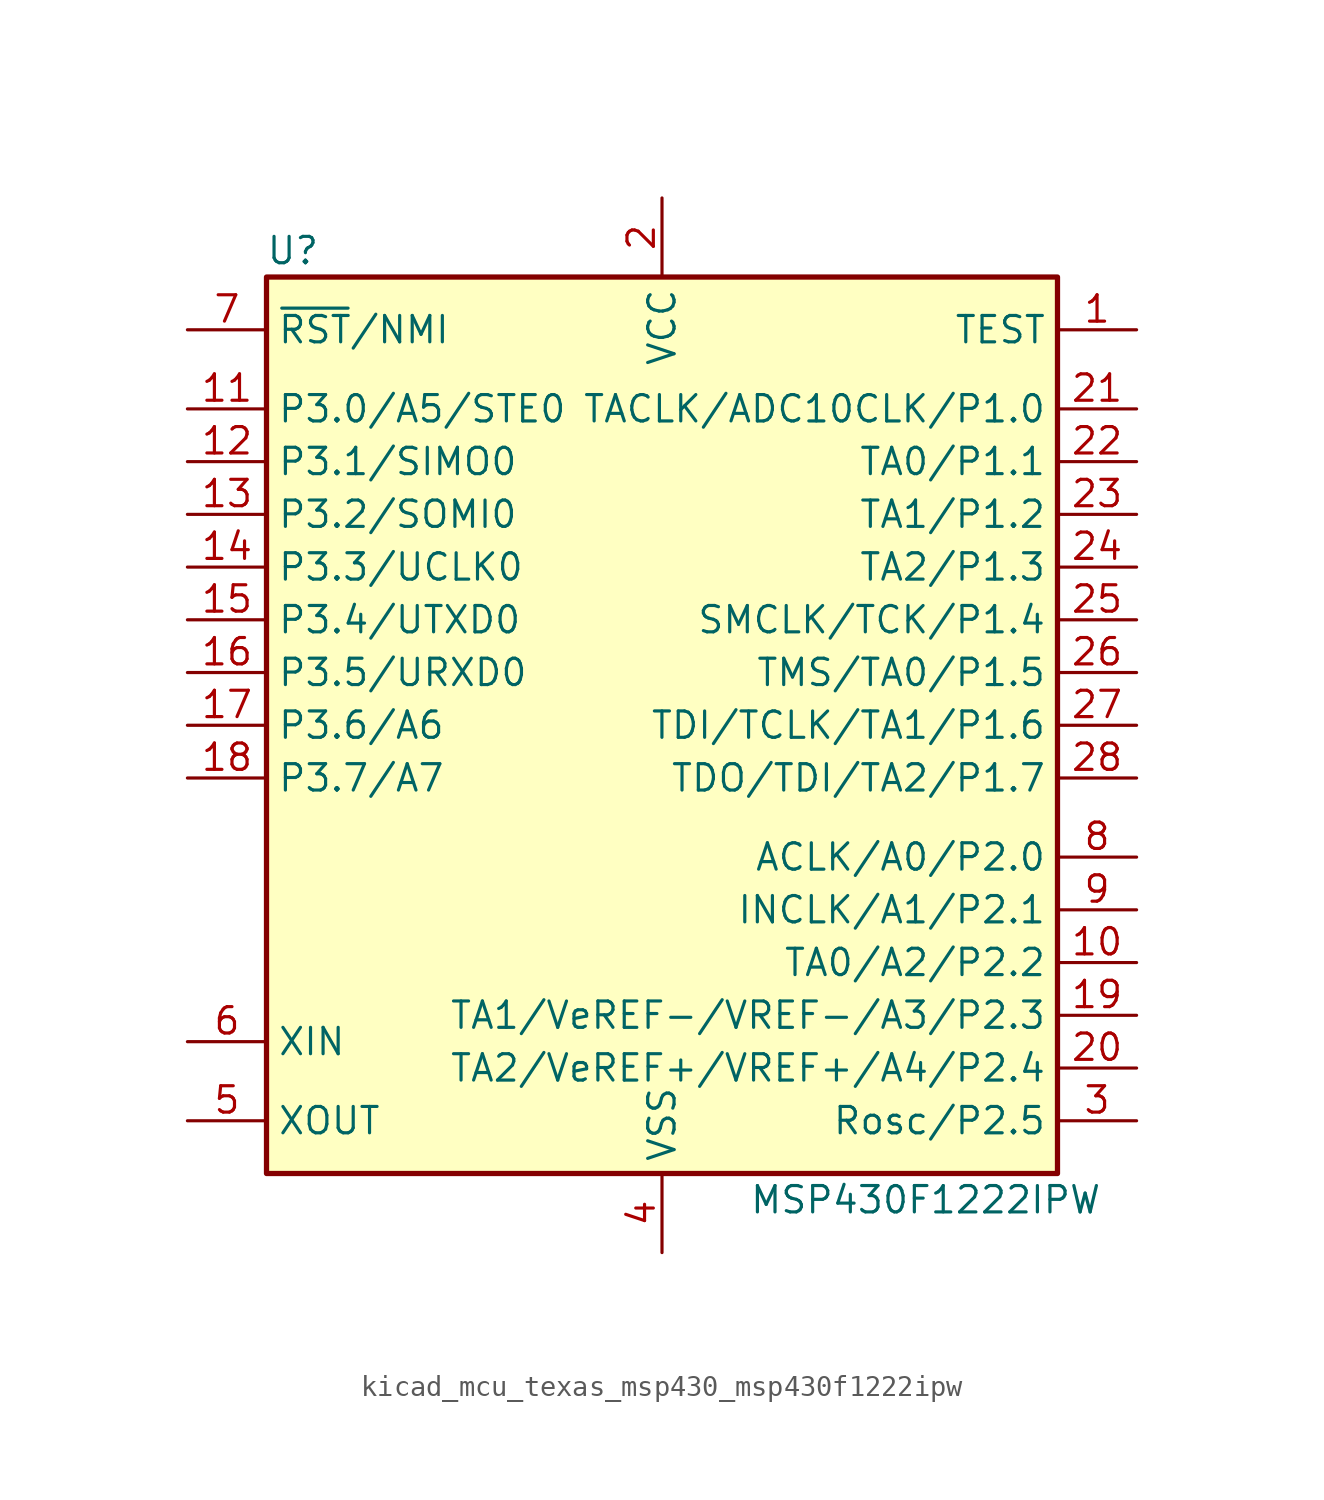
<source format=kicad_sym>
(kicad_symbol_lib
  (version 20220914)
  (generator kicad_symbol_editor)
  (symbol "kicad_mcu_texas_msp430_msp430f1222ipw"
    (property "Reference" "U"
      (at -17.78 22.86 0)
      (effects (font (size 1.27 1.27))))
    (property "Value" "MSP430F1222IPW"
      (at 12.7 -22.86 0)
      (effects (font (size 1.27 1.27))))
    (symbol "kicad_mcu_texas_msp430_msp430f1222ipw_0_1"
      (rectangle (start -19.05 21.59) (end 19.05 -21.59) (stroke (width 0.254) (type default)) (fill (type background))))
    (symbol "kicad_mcu_texas_msp430_msp430f1222ipw_1_1"
      (pin input line (at 22.86 19.05 180) (length 3.81) (name "TEST" (effects (font (size 1.27 1.27)))) (number "1" (effects (font (size 1.27 1.27)))))
      (pin bidirectional line (at 22.86 -11.43 180) (length 3.81) (name "TA0/A2/P2.2" (effects (font (size 1.27 1.27)))) (number "10" (effects (font (size 1.27 1.27)))))
      (pin bidirectional line (at -22.86 15.24 0) (length 3.81) (name "P3.0/A5/STE0" (effects (font (size 1.27 1.27)))) (number "11" (effects (font (size 1.27 1.27)))))
      (pin bidirectional line (at -22.86 12.7 0) (length 3.81) (name "P3.1/SIMO0" (effects (font (size 1.27 1.27)))) (number "12" (effects (font (size 1.27 1.27)))))
      (pin bidirectional line (at -22.86 10.16 0) (length 3.81) (name "P3.2/SOMI0" (effects (font (size 1.27 1.27)))) (number "13" (effects (font (size 1.27 1.27)))))
      (pin bidirectional line (at -22.86 7.62 0) (length 3.81) (name "P3.3/UCLK0" (effects (font (size 1.27 1.27)))) (number "14" (effects (font (size 1.27 1.27)))))
      (pin bidirectional line (at -22.86 5.08 0) (length 3.81) (name "P3.4/UTXD0" (effects (font (size 1.27 1.27)))) (number "15" (effects (font (size 1.27 1.27)))))
      (pin bidirectional line (at -22.86 2.54 0) (length 3.81) (name "P3.5/URXD0" (effects (font (size 1.27 1.27)))) (number "16" (effects (font (size 1.27 1.27)))))
      (pin bidirectional line (at -22.86 0 0) (length 3.81) (name "P3.6/A6" (effects (font (size 1.27 1.27)))) (number "17" (effects (font (size 1.27 1.27)))))
      (pin bidirectional line (at -22.86 -2.54 0) (length 3.81) (name "P3.7/A7" (effects (font (size 1.27 1.27)))) (number "18" (effects (font (size 1.27 1.27)))))
      (pin bidirectional line (at 22.86 -13.97 180) (length 3.81) (name "TA1/VeREF-/VREF-/A3/P2.3" (effects (font (size 1.27 1.27)))) (number "19" (effects (font (size 1.27 1.27)))))
      (pin power_in line (at 0 25.4 270) (length 3.81) (name "VCC" (effects (font (size 1.27 1.27)))) (number "2" (effects (font (size 1.27 1.27)))))
      (pin bidirectional line (at 22.86 -16.51 180) (length 3.81) (name "TA2/VeREF+/VREF+/A4/P2.4" (effects (font (size 1.27 1.27)))) (number "20" (effects (font (size 1.27 1.27)))))
      (pin bidirectional line (at 22.86 15.24 180) (length 3.81) (name "TACLK/ADC10CLK/P1.0" (effects (font (size 1.27 1.27)))) (number "21" (effects (font (size 1.27 1.27)))))
      (pin bidirectional line (at 22.86 12.7 180) (length 3.81) (name "TA0/P1.1" (effects (font (size 1.27 1.27)))) (number "22" (effects (font (size 1.27 1.27)))))
      (pin bidirectional line (at 22.86 10.16 180) (length 3.81) (name "TA1/P1.2" (effects (font (size 1.27 1.27)))) (number "23" (effects (font (size 1.27 1.27)))))
      (pin bidirectional line (at 22.86 7.62 180) (length 3.81) (name "TA2/P1.3" (effects (font (size 1.27 1.27)))) (number "24" (effects (font (size 1.27 1.27)))))
      (pin bidirectional line (at 22.86 5.08 180) (length 3.81) (name "SMCLK/TCK/P1.4" (effects (font (size 1.27 1.27)))) (number "25" (effects (font (size 1.27 1.27)))))
      (pin bidirectional line (at 22.86 2.54 180) (length 3.81) (name "TMS/TA0/P1.5" (effects (font (size 1.27 1.27)))) (number "26" (effects (font (size 1.27 1.27)))))
      (pin bidirectional line (at 22.86 0 180) (length 3.81) (name "TDI/TCLK/TA1/P1.6" (effects (font (size 1.27 1.27)))) (number "27" (effects (font (size 1.27 1.27)))))
      (pin bidirectional line (at 22.86 -2.54 180) (length 3.81) (name "TDO/TDI/TA2/P1.7" (effects (font (size 1.27 1.27)))) (number "28" (effects (font (size 1.27 1.27)))))
      (pin bidirectional line (at 22.86 -19.05 180) (length 3.81) (name "Rosc/P2.5" (effects (font (size 1.27 1.27)))) (number "3" (effects (font (size 1.27 1.27)))))
      (pin power_in line (at 0 -25.4 90) (length 3.81) (name "VSS" (effects (font (size 1.27 1.27)))) (number "4" (effects (font (size 1.27 1.27)))))
      (pin output line (at -22.86 -19.05 0) (length 3.81) (name "XOUT" (effects (font (size 1.27 1.27)))) (number "5" (effects (font (size 1.27 1.27)))))
      (pin input line (at -22.86 -15.24 0) (length 3.81) (name "XIN" (effects (font (size 1.27 1.27)))) (number "6" (effects (font (size 1.27 1.27)))))
      (pin input line (at -22.86 19.05 0) (length 3.81) (name "~{RST}/NMI" (effects (font (size 1.27 1.27)))) (number "7" (effects (font (size 1.27 1.27)))))
      (pin bidirectional line (at 22.86 -6.35 180) (length 3.81) (name "ACLK/A0/P2.0" (effects (font (size 1.27 1.27)))) (number "8" (effects (font (size 1.27 1.27)))))
      (pin bidirectional line (at 22.86 -8.89 180) (length 3.81) (name "INCLK/A1/P2.1" (effects (font (size 1.27 1.27)))) (number "9" (effects (font (size 1.27 1.27))))))))
</source>
